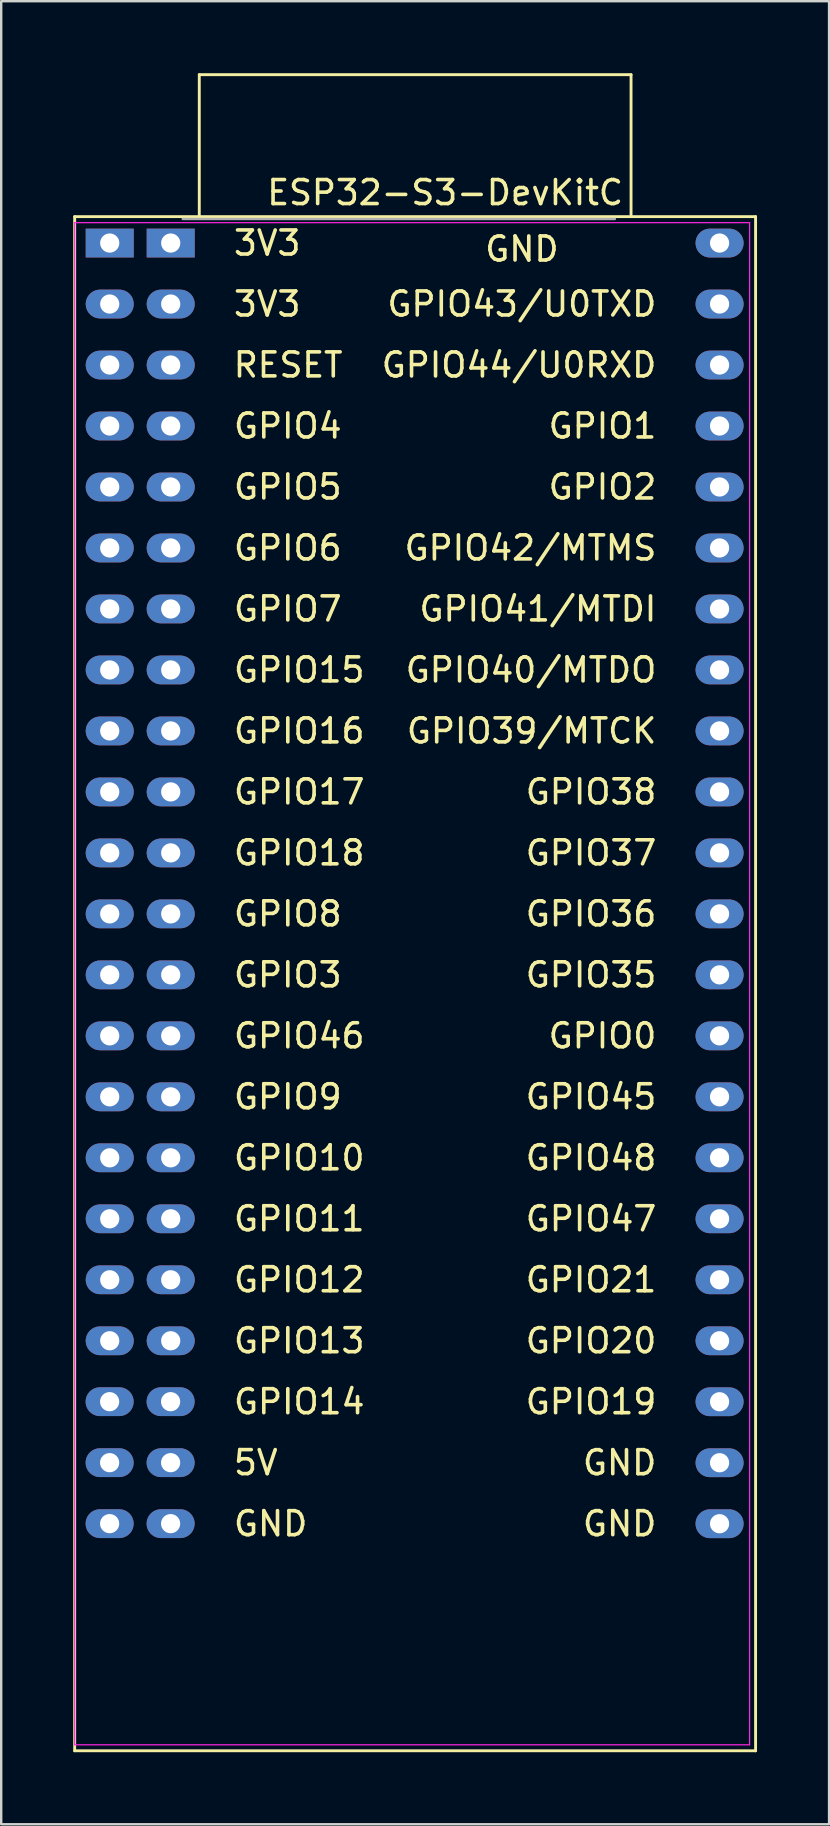
<source format=kicad_pcb>
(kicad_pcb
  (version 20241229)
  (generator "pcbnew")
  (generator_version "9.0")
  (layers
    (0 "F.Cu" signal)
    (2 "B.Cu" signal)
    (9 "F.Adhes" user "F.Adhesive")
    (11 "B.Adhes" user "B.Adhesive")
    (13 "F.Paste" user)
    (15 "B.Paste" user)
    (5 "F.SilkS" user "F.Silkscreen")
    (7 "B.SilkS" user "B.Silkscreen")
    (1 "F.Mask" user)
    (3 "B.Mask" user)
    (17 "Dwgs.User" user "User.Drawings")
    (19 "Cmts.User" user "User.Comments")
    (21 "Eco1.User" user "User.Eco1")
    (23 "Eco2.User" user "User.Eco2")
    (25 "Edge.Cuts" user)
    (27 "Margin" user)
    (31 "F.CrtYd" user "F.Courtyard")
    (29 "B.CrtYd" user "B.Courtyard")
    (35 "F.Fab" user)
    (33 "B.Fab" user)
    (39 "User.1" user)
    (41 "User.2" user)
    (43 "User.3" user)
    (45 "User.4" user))
  (footprint "ESP32-S3-DevKitC"
    (layer "F.Cu")
    (at 24.81 18.323)
    (property "Reference" "ESP32-S3-DevKitC" (at -9.32 -13.35 0) (layer "F.SilkS") (effects (font (size 1 1) (thickness 0.15))))
    (attr through_hole)
    (fp_line (start -24.75 -12.35) (end -24.75 51.547) (stroke (width 0.12) (type solid)) (layer "F.SilkS"))
    (fp_line (start -24.75 51.547) (end 3.61 51.547) (stroke (width 0.12) (type solid)) (layer "F.SilkS"))
    (fp_line (start -19.56 -18.263) (end -1.577 -18.263) (stroke (width 0.12) (type solid)) (layer "F.SilkS"))
    (fp_line (start -19.56 -12.37) (end -19.56 -18.263) (stroke (width 0.12) (type solid)) (layer "F.SilkS"))
    (fp_line (start -1.577 -18.263) (end -1.577 -12.37) (stroke (width 0.12) (type solid)) (layer "F.SilkS"))
    (fp_line (start 3.61 51.547) (end 3.61 -12.35) (stroke (width 0.12) (type solid)) (layer "F.SilkS"))
    (fp_line (start 3.61 -12.35) (end -24.75 -12.35) (stroke (width 0.12) (type solid)) (layer "F.SilkS"))
    (fp_line (start -24.75 -12.1) (end 3.36 -12.1) (stroke (width 0.05) (type solid)) (layer "F.CrtYd"))
    (fp_line (start -24.75 51.297) (end -24.75 -12.1) (stroke (width 0.05) (type solid)) (layer "F.CrtYd"))
    (fp_line (start 3.36 -12.1) (end 3.36 51.297) (stroke (width 0.05) (type solid)) (layer "F.CrtYd"))
    (fp_line (start 3.36 51.297) (end -24.75 51.297) (stroke (width 0.05) (type solid)) (layer "F.CrtYd"))
    (fp_line (start -2.25 -12.253) (end -20.25 -12.253) (stroke (width 0.1) (type solid)) (layer "F.Fab"))
    (fp_text user "GPIO2" (at -0.43 -1.09 0) (unlocked yes) (layer "F.SilkS") (effects (font (size 1 1) (thickness 0.15)) (justify right)))
    (fp_text user "GPIO46" (at -18.21 21.77 0) (unlocked yes) (layer "F.SilkS") (effects (font (size 1 1) (thickness 0.15)) (justify left)))
    (fp_text user "GPIO38" (at -0.43 11.61 0) (unlocked yes) (layer "F.SilkS") (effects (font (size 1 1) (thickness 0.15)) (justify right)))
    (fp_text user "GPIO20" (at -0.43 34.47 0) (unlocked yes) (layer "F.SilkS") (effects (font (size 1 1) (thickness 0.15)) (justify right)))
    (fp_text user "GPIO12" (at -18.21 31.93 0) (unlocked yes) (layer "F.SilkS") (effects (font (size 1 1) (thickness 0.15)) (justify left)))
    (fp_text user "GPIO36" (at -0.43 16.69 0) (unlocked yes) (layer "F.SilkS") (effects (font (size 1 1) (thickness 0.15)) (justify right)))
    (fp_text user "GPIO10" (at -18.21 26.85 0) (unlocked yes) (layer "F.SilkS") (effects (font (size 1 1) (thickness 0.15)) (justify left)))
    (fp_text user "GPIO21" (at -0.43 31.93 0) (unlocked yes) (layer "F.SilkS") (effects (font (size 1 1) (thickness 0.15)) (justify right)))
    (fp_text user "GPIO44/U0RXD" (at -0.43 -6.17 0) (unlocked yes) (layer "F.SilkS") (effects (font (size 1 1) (thickness 0.15)) (justify right)))
    (fp_text user "GND" (at -0.43 39.55 0) (unlocked yes) (layer "F.SilkS") (effects (font (size 1 1) (thickness 0.15)) (justify right)))
    (fp_text user "GPIO40/MTDO" (at -0.43 6.53 0) (unlocked yes) (layer "F.SilkS") (effects (font (size 1 1) (thickness 0.15)) (justify right)))
    (fp_text user "GPIO13" (at -18.21 34.47 0) (unlocked yes) (layer "F.SilkS") (effects (font (size 1 1) (thickness 0.15)) (justify left)))
    (fp_text user "GPIO47" (at -0.43 29.39 0) (unlocked yes) (layer "F.SilkS") (effects (font (size 1 1) (thickness 0.15)) (justify right)))
    (fp_text user "GPIO1" (at -0.43 -3.63 0) (unlocked yes) (layer "F.SilkS") (effects (font (size 1 1) (thickness 0.15)) (justify right)))
    (fp_text user "GPIO39/MTCK" (at -0.43 9.07 0) (unlocked yes) (layer "F.SilkS") (effects (font (size 1 1) (thickness 0.15)) (justify right)))
    (fp_text user "GPIO8" (at -18.21 16.69 0) (unlocked yes) (layer "F.SilkS") (effects (font (size 1 1) (thickness 0.15)) (justify left)))
    (fp_text user "GND" (at -18.21 42.09 0) (unlocked yes) (layer "F.SilkS") (effects (font (size 1 1) (thickness 0.15)) (justify left)))
    (fp_text user "GPIO43/U0TXD" (at -0.43 -8.71 0) (unlocked yes) (layer "F.SilkS") (effects (font (size 1 1) (thickness 0.15)) (justify right)))
    (fp_text user "GPIO18" (at -18.21 14.15 0) (unlocked yes) (layer "F.SilkS") (effects (font (size 1 1) (thickness 0.15)) (justify left)))
    (fp_text user "GPIO4" (at -18.21 -3.63 0) (unlocked yes) (layer "F.SilkS") (effects (font (size 1 1) (thickness 0.15)) (justify left)))
    (fp_text user "GPIO35" (at -0.43 19.23 0) (unlocked yes) (layer "F.SilkS") (effects (font (size 1 1) (thickness 0.15)) (justify right)))
    (fp_text user "GPIO14" (at -18.21 37.01 0) (unlocked yes) (layer "F.SilkS") (effects (font (size 1 1) (thickness 0.15)) (justify left)))
    (fp_text user "GPIO6" (at -18.21 1.45 0) (unlocked yes) (layer "F.SilkS") (effects (font (size 1 1) (thickness 0.15)) (justify left)))
    (fp_text user "GPIO7" (at -18.21 3.99 0) (unlocked yes) (layer "F.SilkS") (effects (font (size 1 1) (thickness 0.15)) (justify left)))
    (fp_text user "GPIO42/MTMS" (at -0.43 1.45 0) (unlocked yes) (layer "F.SilkS") (effects (font (size 1 1) (thickness 0.15)) (justify right)))
    (fp_text user "3V3" (at -18.21 -11.25 0) (unlocked yes) (layer "F.SilkS") (effects (font (size 1 1) (thickness 0.15)) (justify left)))
    (fp_text user "GPIO16" (at -18.21 9.07 0) (unlocked yes) (layer "F.SilkS") (effects (font (size 1 1) (thickness 0.15)) (justify left)))
    (fp_text user "GPIO5" (at -18.21 -1.09 0) (unlocked yes) (layer "F.SilkS") (effects (font (size 1 1) (thickness 0.15)) (justify left)))
    (fp_text user "GPIO9" (at -18.21 24.31 0) (unlocked yes) (layer "F.SilkS") (effects (font (size 1 1) (thickness 0.15)) (justify left)))
    (fp_text user "GPIO19" (at -0.43 37.01 0) (unlocked yes) (layer "F.SilkS") (effects (font (size 1 1) (thickness 0.15)) (justify right)))
    (fp_text user "GND" (at -4.5 -11 0) (unlocked yes) (layer "F.SilkS") (effects (font (size 1 1) (thickness 0.15)) (justify right)))
    (fp_text user "GPIO45" (at -0.43 24.31 0) (unlocked yes) (layer "F.SilkS") (effects (font (size 1 1) (thickness 0.15)) (justify right)))
    (fp_text user "GPIO48" (at -0.43 26.85 0) (unlocked yes) (layer "F.SilkS") (effects (font (size 1 1) (thickness 0.15)) (justify right)))
    (fp_text user "GPIO3" (at -18.21 19.23 0) (unlocked yes) (layer "F.SilkS") (effects (font (size 1 1) (thickness 0.15)) (justify left)))
    (fp_text user "GPIO37" (at -0.43 14.15 0) (unlocked yes) (layer "F.SilkS") (effects (font (size 1 1) (thickness 0.15)) (justify right)))
    (fp_text user "RESET" (at -13.5 -6.173 0) (unlocked yes) (layer "F.SilkS") (effects (font (size 1 1) (thickness 0.15)) (justify right)))
    (fp_text user "GND" (at -0.43 42.09 0) (unlocked yes) (layer "F.SilkS") (effects (font (size 1 1) (thickness 0.15)) (justify right)))
    (fp_text user "5V" (at -18.21 39.547 0) (unlocked yes) (layer "F.SilkS") (effects (font (size 1 1) (thickness 0.15)) (justify left)))
    (fp_text user "GPIO17" (at -18.21 11.61 0) (unlocked yes) (layer "F.SilkS") (effects (font (size 1 1) (thickness 0.15)) (justify left)))
    (fp_text user "GPIO11" (at -18.21 29.39 0) (unlocked yes) (layer "F.SilkS") (effects (font (size 1 1) (thickness 0.15)) (justify left)))
    (fp_text user "3V3" (at -18.21 -8.71 0) (unlocked yes) (layer "F.SilkS") (effects (font (size 1 1) (thickness 0.15)) (justify left)))
    (fp_text user "GPIO0" (at -0.43 21.77 0) (unlocked yes) (layer "F.SilkS") (effects (font (size 1 1) (thickness 0.15)) (justify right)))
    (fp_text user "GPIO15" (at -18.21 6.53 0) (unlocked yes) (layer "F.SilkS") (effects (font (size 1 1) (thickness 0.15)) (justify left)))
    (fp_text user "GPIO41/MTDI" (at -0.43 3.99 0) (unlocked yes) (layer "F.SilkS") (effects (font (size 1 1) (thickness 0.15)) (justify right)))
    (pad "1" thru_hole rect (at -23.29 -11.25 270) (size 1.2 2) (drill 0.8) (layers "*.Cu" "*.Mask"))
    (pad "1" thru_hole rect (at -20.75 -11.25 270) (size 1.2 2) (drill 0.8) (layers "*.Cu" "*.Mask"))
    (pad "2" thru_hole oval (at -23.29 -8.71 270) (size 1.2 2) (drill 0.8) (layers "*.Cu" "*.Mask"))
    (pad "2" thru_hole oval (at -20.75 -8.71 270) (size 1.2 2) (drill 0.8) (layers "*.Cu" "*.Mask"))
    (pad "3" thru_hole oval (at -23.29 -6.17 270) (size 1.2 2) (drill 0.8) (layers "*.Cu" "*.Mask"))
    (pad "3" thru_hole oval (at -20.75 -6.17 270) (size 1.2 2) (drill 0.8) (layers "*.Cu" "*.Mask"))
    (pad "4" thru_hole oval (at -23.29 -3.63 270) (size 1.2 2) (drill 0.8) (layers "*.Cu" "*.Mask"))
    (pad "4" thru_hole oval (at -20.75 -3.63 270) (size 1.2 2) (drill 0.8) (layers "*.Cu" "*.Mask"))
    (pad "5" thru_hole oval (at -23.29 -1.09 270) (size 1.2 2) (drill 0.8) (layers "*.Cu" "*.Mask"))
    (pad "5" thru_hole oval (at -20.75 -1.09 270) (size 1.2 2) (drill 0.8) (layers "*.Cu" "*.Mask"))
    (pad "6" thru_hole oval (at -23.29 1.45 270) (size 1.2 2) (drill 0.8) (layers "*.Cu" "*.Mask"))
    (pad "6" thru_hole oval (at -20.75 1.45 270) (size 1.2 2) (drill 0.8) (layers "*.Cu" "*.Mask"))
    (pad "7" thru_hole oval (at -23.29 3.99 270) (size 1.2 2) (drill 0.8) (layers "*.Cu" "*.Mask"))
    (pad "7" thru_hole oval (at -20.75 3.99 270) (size 1.2 2) (drill 0.8) (layers "*.Cu" "*.Mask"))
    (pad "8" thru_hole oval (at -23.29 6.53 270) (size 1.2 2) (drill 0.8) (layers "*.Cu" "*.Mask"))
    (pad "8" thru_hole oval (at -20.75 6.53 270) (size 1.2 2) (drill 0.8) (layers "*.Cu" "*.Mask"))
    (pad "9" thru_hole oval (at -23.29 9.07 270) (size 1.2 2) (drill 0.8) (layers "*.Cu" "*.Mask"))
    (pad "9" thru_hole oval (at -20.75 9.07 270) (size 1.2 2) (drill 0.8) (layers "*.Cu" "*.Mask"))
    (pad "10" thru_hole oval (at -23.29 11.61 270) (size 1.2 2) (drill 0.8) (layers "*.Cu" "*.Mask"))
    (pad "10" thru_hole oval (at -20.75 11.61 270) (size 1.2 2) (drill 0.8) (layers "*.Cu" "*.Mask"))
    (pad "11" thru_hole oval (at -23.29 14.15 270) (size 1.2 2) (drill 0.8) (layers "*.Cu" "*.Mask"))
    (pad "11" thru_hole oval (at -20.75 14.15 270) (size 1.2 2) (drill 0.8) (layers "*.Cu" "*.Mask"))
    (pad "12" thru_hole oval (at -23.29 16.69 270) (size 1.2 2) (drill 0.8) (layers "*.Cu" "*.Mask"))
    (pad "12" thru_hole oval (at -20.75 16.69 270) (size 1.2 2) (drill 0.8) (layers "*.Cu" "*.Mask"))
    (pad "13" thru_hole oval (at -23.29 19.23 270) (size 1.2 2) (drill 0.8) (layers "*.Cu" "*.Mask"))
    (pad "13" thru_hole oval (at -20.75 19.23 270) (size 1.2 2) (drill 0.8) (layers "*.Cu" "*.Mask"))
    (pad "14" thru_hole oval (at -23.29 21.77 270) (size 1.2 2) (drill 0.8) (layers "*.Cu" "*.Mask"))
    (pad "14" thru_hole oval (at -20.75 21.77 270) (size 1.2 2) (drill 0.8) (layers "*.Cu" "*.Mask"))
    (pad "15" thru_hole oval (at -23.29 24.31 270) (size 1.2 2) (drill 0.8) (layers "*.Cu" "*.Mask"))
    (pad "15" thru_hole oval (at -20.75 24.31 270) (size 1.2 2) (drill 0.8) (layers "*.Cu" "*.Mask"))
    (pad "16" thru_hole oval (at -23.29 26.85 270) (size 1.2 2) (drill 0.8) (layers "*.Cu" "*.Mask"))
    (pad "16" thru_hole oval (at -20.75 26.85 270) (size 1.2 2) (drill 0.8) (layers "*.Cu" "*.Mask"))
    (pad "17" thru_hole oval (at -23.29 29.39 270) (size 1.2 2) (drill 0.8) (layers "*.Cu" "*.Mask"))
    (pad "17" thru_hole oval (at -20.75 29.39 270) (size 1.2 2) (drill 0.8) (layers "*.Cu" "*.Mask"))
    (pad "18" thru_hole oval (at -23.29 31.93 270) (size 1.2 2) (drill 0.8) (layers "*.Cu" "*.Mask"))
    (pad "18" thru_hole oval (at -20.75 31.93 270) (size 1.2 2) (drill 0.8) (layers "*.Cu" "*.Mask"))
    (pad "19" thru_hole oval (at -23.29 34.47 270) (size 1.2 2) (drill 0.8) (layers "*.Cu" "*.Mask"))
    (pad "19" thru_hole oval (at -20.75 34.47 270) (size 1.2 2) (drill 0.8) (layers "*.Cu" "*.Mask"))
    (pad "20" thru_hole oval (at -23.294 37.007 270) (size 1.2 2) (drill 0.8) (layers "*.Cu" "*.Mask"))
    (pad "20" thru_hole oval (at -20.754 37.007 270) (size 1.2 2) (drill 0.8) (layers "*.Cu" "*.Mask"))
    (pad "21" thru_hole oval (at -23.294 39.547 270) (size 1.2 2) (drill 0.8) (layers "*.Cu" "*.Mask"))
    (pad "21" thru_hole oval (at -20.754 39.547 270) (size 1.2 2) (drill 0.8) (layers "*.Cu" "*.Mask"))
    (pad "22" thru_hole oval (at -23.294 42.087 270) (size 1.2 2) (drill 0.8) (layers "*.Cu" "*.Mask"))
    (pad "22" thru_hole oval (at -20.754 42.087 270) (size 1.2 2) (drill 0.8) (layers "*.Cu" "*.Mask"))
    (pad "23" thru_hole oval (at 2.11 42.09 270) (size 1.2 2) (drill 0.8) (layers "*.Cu" "*.Mask"))
    (pad "24" thru_hole oval (at 2.11 39.55 270) (size 1.2 2) (drill 0.8) (layers "*.Cu" "*.Mask"))
    (pad "25" thru_hole oval (at 2.11 37.01 270) (size 1.2 2) (drill 0.8) (layers "*.Cu" "*.Mask"))
    (pad "26" thru_hole oval (at 2.11 34.47 270) (size 1.2 2) (drill 0.8) (layers "*.Cu" "*.Mask"))
    (pad "27" thru_hole oval (at 2.11 31.93 270) (size 1.2 2) (drill 0.8) (layers "*.Cu" "*.Mask"))
    (pad "28" thru_hole oval (at 2.11 29.39 270) (size 1.2 2) (drill 0.8) (layers "*.Cu" "*.Mask"))
    (pad "29" thru_hole oval (at 2.11 26.85 270) (size 1.2 2) (drill 0.8) (layers "*.Cu" "*.Mask"))
    (pad "30" thru_hole oval (at 2.11 24.31 270) (size 1.2 2) (drill 0.8) (layers "*.Cu" "*.Mask"))
    (pad "31" thru_hole oval (at 2.11 21.77 270) (size 1.2 2) (drill 0.8) (layers "*.Cu" "*.Mask"))
    (pad "32" thru_hole oval (at 2.11 19.23 270) (size 1.2 2) (drill 0.8) (layers "*.Cu" "*.Mask"))
    (pad "33" thru_hole oval (at 2.11 16.69 270) (size 1.2 2) (drill 0.8) (layers "*.Cu" "*.Mask"))
    (pad "34" thru_hole oval (at 2.11 14.15 270) (size 1.2 2) (drill 0.8) (layers "*.Cu" "*.Mask"))
    (pad "35" thru_hole oval (at 2.11 11.61 270) (size 1.2 2) (drill 0.8) (layers "*.Cu" "*.Mask"))
    (pad "36" thru_hole oval (at 2.11 9.07 270) (size 1.2 2) (drill 0.8) (layers "*.Cu" "*.Mask"))
    (pad "37" thru_hole oval (at 2.11 6.53 270) (size 1.2 2) (drill 0.8) (layers "*.Cu" "*.Mask"))
    (pad "38" thru_hole oval (at 2.11 3.99 270) (size 1.2 2) (drill 0.8) (layers "*.Cu" "*.Mask"))
    (pad "39" thru_hole oval (at 2.11 1.45 270) (size 1.2 2) (drill 0.8) (layers "*.Cu" "*.Mask"))
    (pad "40" thru_hole oval (at 2.11 -1.09 270) (size 1.2 2) (drill 0.8) (layers "*.Cu" "*.Mask"))
    (pad "41" thru_hole oval (at 2.11 -3.63 270) (size 1.2 2) (drill 0.8) (layers "*.Cu" "*.Mask"))
    (pad "42" thru_hole oval (at 2.11 -6.17 270) (size 1.2 2) (drill 0.8) (layers "*.Cu" "*.Mask"))
    (pad "43" thru_hole oval (at 2.11 -8.71 270) (size 1.2 2) (drill 0.8) (layers "*.Cu" "*.Mask"))
    (pad "44" thru_hole oval (at 2.11 -11.25 270) (size 1.2 2) (drill 0.8) (layers "*.Cu" "*.Mask")))
  (gr_rect
    (start -3 -3)
    (end 31.48 72.93)
    (stroke (width 0.1) (type default))
    (fill no)
    (layer "Edge.Cuts")))
</source>
